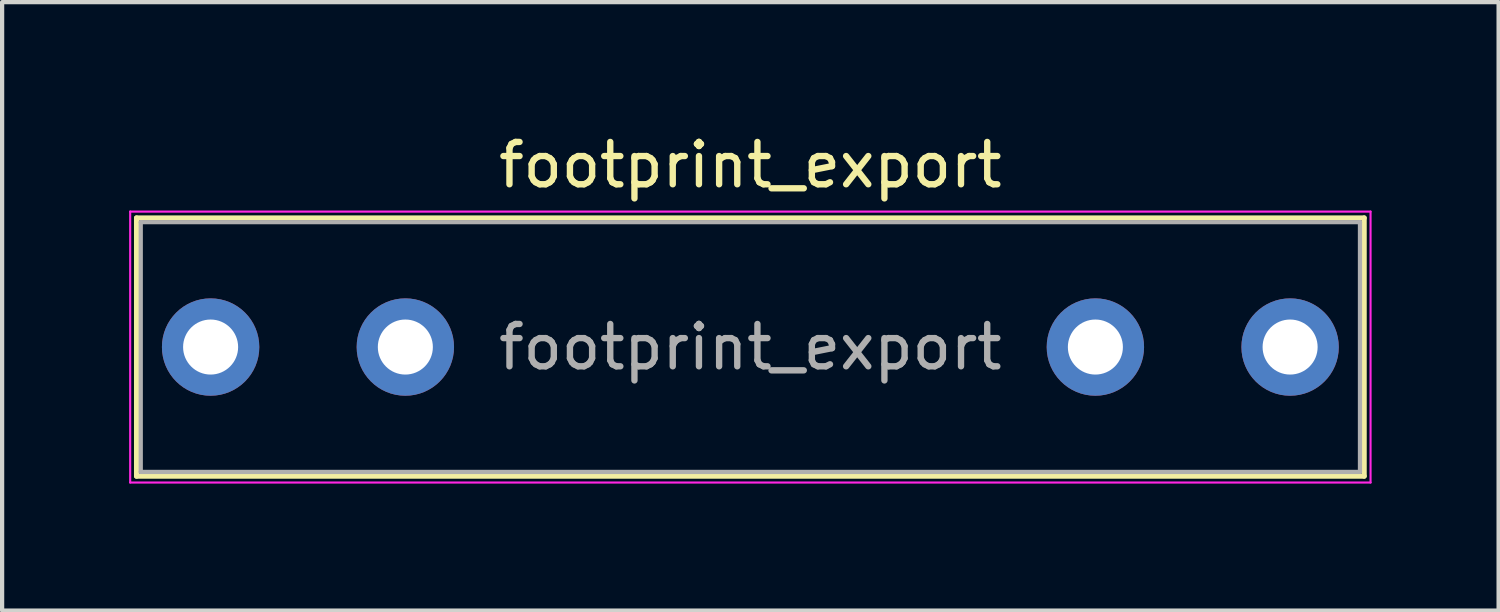
<source format=kicad_pcb>
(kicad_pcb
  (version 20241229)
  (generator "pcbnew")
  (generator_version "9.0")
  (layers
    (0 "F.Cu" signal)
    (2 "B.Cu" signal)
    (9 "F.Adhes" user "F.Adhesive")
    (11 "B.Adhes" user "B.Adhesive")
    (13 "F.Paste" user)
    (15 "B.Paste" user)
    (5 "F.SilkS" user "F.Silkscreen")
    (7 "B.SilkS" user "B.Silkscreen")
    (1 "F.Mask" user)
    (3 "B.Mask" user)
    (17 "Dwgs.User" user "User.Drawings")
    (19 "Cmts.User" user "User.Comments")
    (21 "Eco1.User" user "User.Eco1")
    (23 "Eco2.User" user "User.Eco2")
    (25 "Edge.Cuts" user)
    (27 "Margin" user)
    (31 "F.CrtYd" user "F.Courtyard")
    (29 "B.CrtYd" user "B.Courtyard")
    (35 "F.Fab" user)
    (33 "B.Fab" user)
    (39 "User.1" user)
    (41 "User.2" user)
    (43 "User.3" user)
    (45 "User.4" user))
  (footprint "footprint_export"
    (layer "F.Cu")
    (at 1.925 5.148)
    (property "Reference" "footprint_export" (at 12.75 -4.3 0) (unlocked yes) (layer "F.SilkS") (effects (font (size 1 1) (thickness 0.15))))
    (attr through_hole)
    (fp_line (start -1.75 -3.05) (end 27.25 -3.05) (stroke (width 0.12) (type solid)) (layer "F.SilkS"))
    (fp_line (start -1.75 3.05) (end -1.75 -3.05) (stroke (width 0.12) (type solid)) (layer "F.SilkS"))
    (fp_line (start 27.25 -3.05) (end 27.25 3.05) (stroke (width 0.12) (type solid)) (layer "F.SilkS"))
    (fp_line (start 27.25 3.05) (end -1.75 3.05) (stroke (width 0.12) (type solid)) (layer "F.SilkS"))
    (fp_line (start -1.9 -3.2) (end 27.4 -3.2) (stroke (width 0.05) (type solid)) (layer "F.CrtYd"))
    (fp_line (start -1.9 3.2) (end -1.9 -3.2) (stroke (width 0.05) (type solid)) (layer "F.CrtYd"))
    (fp_line (start 27.4 -3.2) (end 27.4 3.2) (stroke (width 0.05) (type solid)) (layer "F.CrtYd"))
    (fp_line (start 27.4 3.2) (end -1.9 3.2) (stroke (width 0.05) (type solid)) (layer "F.CrtYd"))
    (fp_line (start -1.65 -2.95) (end 27.15 -2.95) (stroke (width 0.1) (type solid)) (layer "F.Fab"))
    (fp_line (start -1.65 2.95) (end -1.65 -2.95) (stroke (width 0.1) (type solid)) (layer "F.Fab"))
    (fp_line (start 27.15 -2.95) (end 27.15 2.95) (stroke (width 0.1) (type solid)) (layer "F.Fab"))
    (fp_line (start 27.15 2.95) (end -1.65 2.95) (stroke (width 0.1) (type solid)) (layer "F.Fab"))
    (fp_text user "${REFERENCE}" (at 12.75 0 0) (unlocked yes) (layer "F.Fab") (effects (font (size 1 1) (thickness 0.15))))
    (pad "1" thru_hole circle (at 0 0) (size 2.3 2.3) (drill 1.3) (layers "*.Cu" "*.Mask"))
    (pad "1" thru_hole circle (at 4.6 0) (size 2.3 2.3) (drill 1.3) (layers "*.Cu" "*.Mask"))
    (pad "2" thru_hole circle (at 20.9 0) (size 2.3 2.3) (drill 1.3) (layers "*.Cu" "*.Mask"))
    (pad "2" thru_hole circle (at 25.5 0) (size 2.3 2.3) (drill 1.3) (layers "*.Cu" "*.Mask")))
  (gr_rect
    (start -3 -3)
    (end 32.35 11.373)
    (stroke (width 0.1) (type default))
    (fill no)
    (layer "Edge.Cuts")))
</source>
